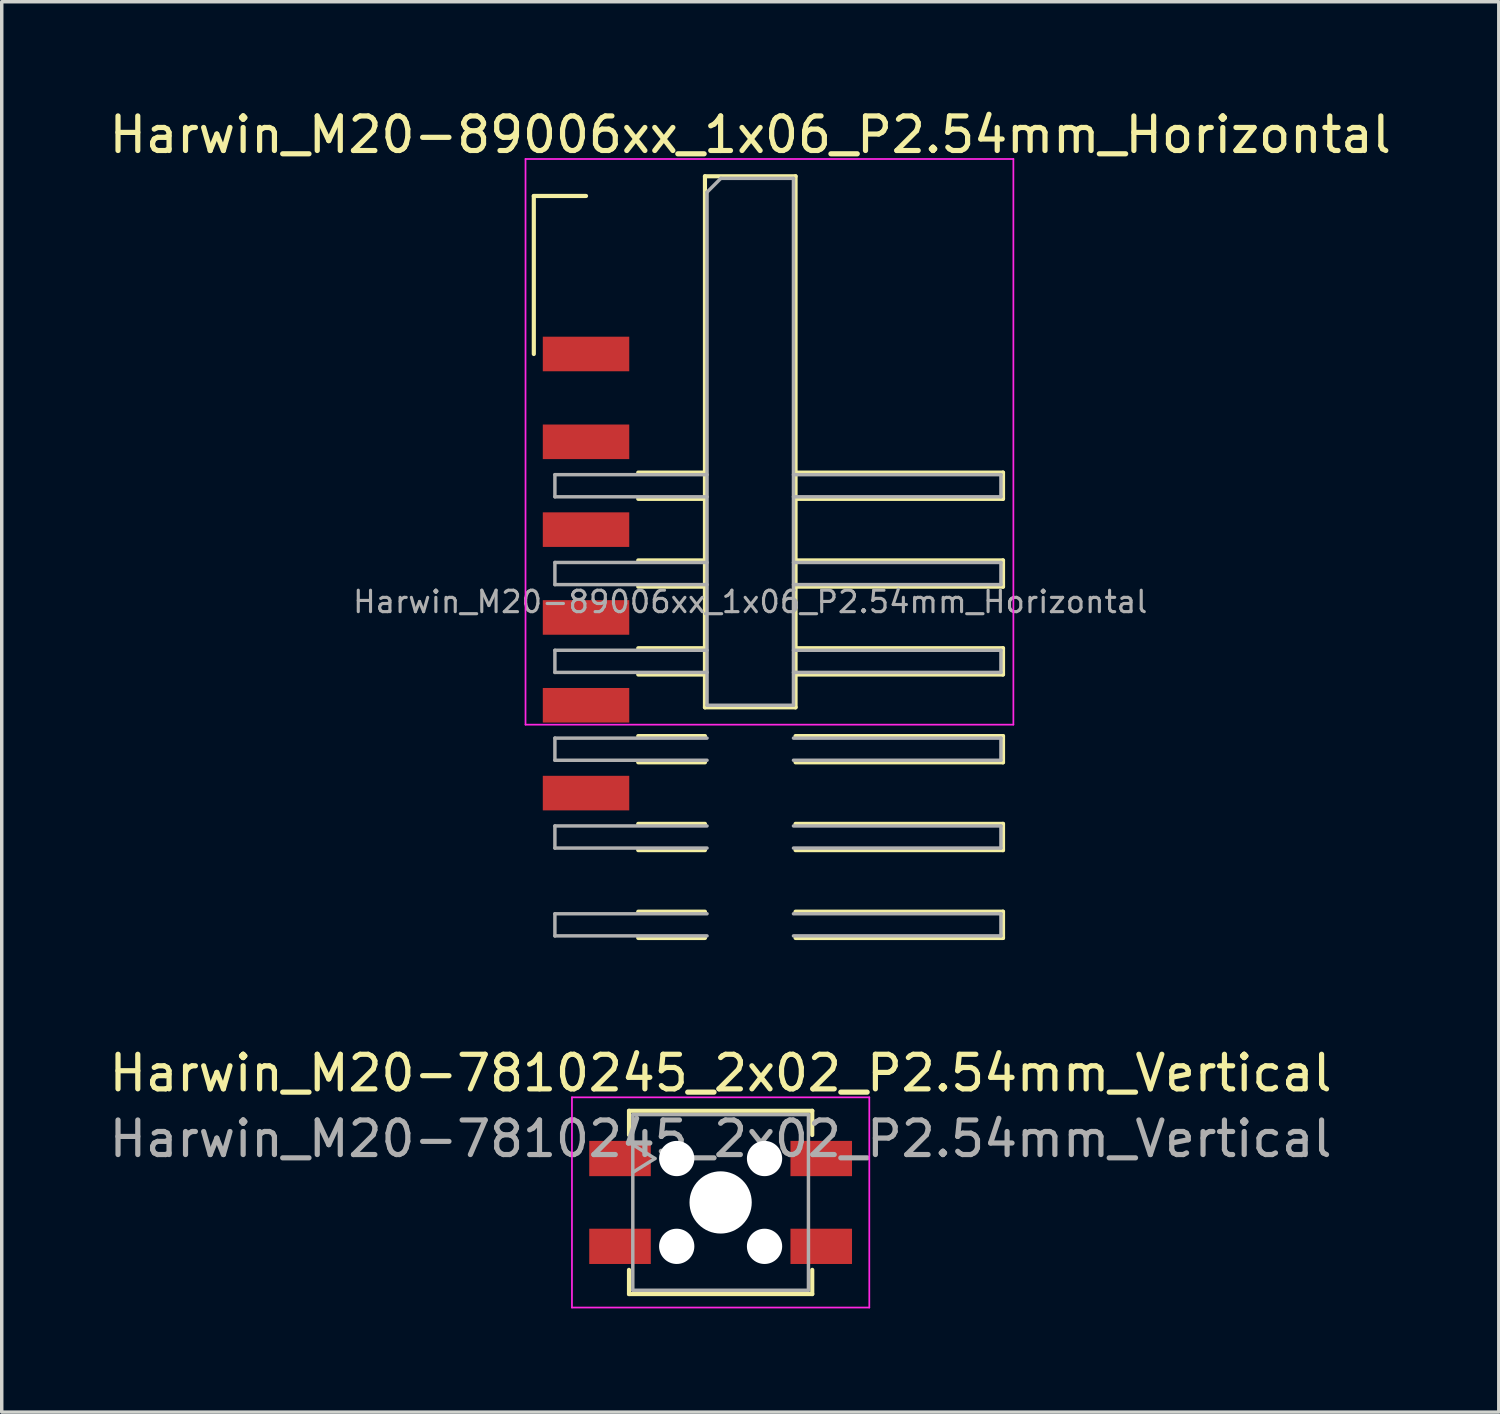
<source format=kicad_pcb>
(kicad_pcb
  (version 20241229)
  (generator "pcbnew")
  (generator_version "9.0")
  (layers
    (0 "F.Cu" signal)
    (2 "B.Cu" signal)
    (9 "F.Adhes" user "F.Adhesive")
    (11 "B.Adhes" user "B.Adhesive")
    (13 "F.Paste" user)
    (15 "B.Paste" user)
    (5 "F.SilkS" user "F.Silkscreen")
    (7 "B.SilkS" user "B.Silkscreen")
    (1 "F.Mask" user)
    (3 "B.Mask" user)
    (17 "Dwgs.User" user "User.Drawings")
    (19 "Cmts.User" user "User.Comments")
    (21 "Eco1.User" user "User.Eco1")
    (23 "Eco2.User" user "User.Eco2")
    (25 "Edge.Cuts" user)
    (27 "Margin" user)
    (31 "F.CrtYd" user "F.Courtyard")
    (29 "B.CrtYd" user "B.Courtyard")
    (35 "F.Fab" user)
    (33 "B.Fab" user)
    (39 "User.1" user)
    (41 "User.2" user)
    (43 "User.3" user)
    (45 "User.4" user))
  (footprint "Harwin_M20-7810245_2x02_P2.54mm_Vertical"
    (layer "F.Cu")
    (at 17.792 31.727)
    (property "Reference" "Harwin_M20-7810245_2x02_P2.54mm_Vertical" (at 0 -3.74 0) (layer "F.SilkS") (effects (font (size 1 1) (thickness 0.15))))
    (attr smd)
    (fp_line (start -2.65 -2.65) (end 2.65 -2.65) (stroke (width 0.12) (type solid)) (layer "F.SilkS"))
    (fp_line (start -2.65 -1.95) (end -2.65 -2.65) (stroke (width 0.12) (type solid)) (layer "F.SilkS"))
    (fp_line (start -2.65 1.95) (end -2.65 2.65) (stroke (width 0.12) (type solid)) (layer "F.SilkS"))
    (fp_line (start -2.65 2.65) (end 2.65 2.65) (stroke (width 0.12) (type solid)) (layer "F.SilkS"))
    (fp_line (start 2.65 -2.65) (end 2.65 -1.95) (stroke (width 0.12) (type solid)) (layer "F.SilkS"))
    (fp_line (start 2.65 2.65) (end 2.65 1.95) (stroke (width 0.12) (type solid)) (layer "F.SilkS"))
    (fp_line (start -4.3 -3.04) (end 4.3 -3.04) (stroke (width 0.05) (type solid)) (layer "F.CrtYd"))
    (fp_line (start -4.3 3.04) (end -4.3 -3.04) (stroke (width 0.05) (type solid)) (layer "F.CrtYd"))
    (fp_line (start 4.3 -3.04) (end 4.3 3.04) (stroke (width 0.05) (type solid)) (layer "F.CrtYd"))
    (fp_line (start 4.3 3.04) (end -4.3 3.04) (stroke (width 0.05) (type solid)) (layer "F.CrtYd"))
    (fp_line (start -2.54 -2.54) (end 2.54 -2.54) (stroke (width 0.1) (type solid)) (layer "F.Fab"))
    (fp_line (start -2.54 -1.67) (end -1.9 -1.27) (stroke (width 0.1) (type solid)) (layer "F.Fab"))
    (fp_line (start -2.54 2.54) (end -2.54 -2.54) (stroke (width 0.1) (type solid)) (layer "F.Fab"))
    (fp_line (start -1.9 -1.27) (end -2.54 -0.87) (stroke (width 0.1) (type solid)) (layer "F.Fab"))
    (fp_line (start 2.54 -2.54) (end 2.54 2.54) (stroke (width 0.1) (type solid)) (layer "F.Fab"))
    (fp_line (start 2.54 2.54) (end -2.54 2.54) (stroke (width 0.1) (type solid)) (layer "F.Fab"))
    (fp_text user "${REFERENCE}" (at 0 -1.84 0) (layer "F.Fab") (effects (font (size 1 1) (thickness 0.15))))
    (pad "" np_thru_hole circle (at -1.27 -1.27) (size 1.02 1.02) (drill 1.02) (layers "*.Cu" "*.Mask"))
    (pad "" np_thru_hole circle (at -1.27 1.27) (size 1.02 1.02) (drill 1.02) (layers "*.Cu" "*.Mask"))
    (pad "" np_thru_hole circle (at 0 0) (size 1.8 1.8) (drill 1.8) (layers "*.Cu" "*.Mask"))
    (pad "" np_thru_hole circle (at 1.27 -1.27) (size 1.02 1.02) (drill 1.02) (layers "*.Cu" "*.Mask"))
    (pad "" np_thru_hole circle (at 1.27 1.27) (size 1.02 1.02) (drill 1.02) (layers "*.Cu" "*.Mask"))
    (pad "1" smd rect (at -2.91 -1.27) (size 1.78 1.02) (layers "F.Cu" "F.Mask" "F.Paste"))
    (pad "2" smd rect (at -2.91 1.27) (size 1.78 1.02) (layers "F.Cu" "F.Mask" "F.Paste"))
    (pad "3" smd rect (at 2.91 -1.27) (size 1.78 1.02) (layers "F.Cu" "F.Mask" "F.Paste"))
    (pad "4" smd rect (at 2.91 1.27) (size 1.78 1.02) (layers "F.Cu" "F.Mask" "F.Paste")))
  (footprint "Harwin_M20-89006xx_1x06_P2.54mm_Horizontal"
    (layer "F.Cu")
    (at 13.899 7.188)
    (property "Reference" "Harwin_M20-89006xx_1x06_P2.54mm_Horizontal" (at 4.75 -6.34 0) (layer "F.SilkS") (effects (font (size 1 1) (thickness 0.15))))
    (attr smd)
    (fp_line (start -1.51 -4.57) (end 0 -4.57) (stroke (width 0.12) (type solid)) (layer "F.SilkS"))
    (fp_line (start -1.51 0) (end -1.51 -4.57) (stroke (width 0.12) (type solid)) (layer "F.SilkS"))
    (fp_line (start 1.51 3.43) (end 3.44 3.43) (stroke (width 0.12) (type solid)) (layer "F.SilkS"))
    (fp_line (start 1.51 4.19) (end 3.44 4.19) (stroke (width 0.12) (type solid)) (layer "F.SilkS"))
    (fp_line (start 1.51 5.97) (end 3.44 5.97) (stroke (width 0.12) (type solid)) (layer "F.SilkS"))
    (fp_line (start 1.51 6.73) (end 3.44 6.73) (stroke (width 0.12) (type solid)) (layer "F.SilkS"))
    (fp_line (start 1.51 8.51) (end 3.44 8.51) (stroke (width 0.12) (type solid)) (layer "F.SilkS"))
    (fp_line (start 1.51 9.27) (end 3.44 9.27) (stroke (width 0.12) (type solid)) (layer "F.SilkS"))
    (fp_line (start 1.51 11.05) (end 3.44 11.05) (stroke (width 0.12) (type solid)) (layer "F.SilkS"))
    (fp_line (start 1.51 11.81) (end 3.44 11.81) (stroke (width 0.12) (type solid)) (layer "F.SilkS"))
    (fp_line (start 1.51 13.59) (end 3.44 13.59) (stroke (width 0.12) (type solid)) (layer "F.SilkS"))
    (fp_line (start 1.51 14.35) (end 3.44 14.35) (stroke (width 0.12) (type solid)) (layer "F.SilkS"))
    (fp_line (start 1.51 16.13) (end 3.44 16.13) (stroke (width 0.12) (type solid)) (layer "F.SilkS"))
    (fp_line (start 1.51 16.89) (end 3.44 16.89) (stroke (width 0.12) (type solid)) (layer "F.SilkS"))
    (fp_line (start 3.44 -5.14) (end 6.06 -5.14) (stroke (width 0.12) (type solid)) (layer "F.SilkS"))
    (fp_line (start 3.44 10.22) (end 3.44 -5.14) (stroke (width 0.12) (type solid)) (layer "F.SilkS"))
    (fp_line (start 6.06 -5.14) (end 6.06 10.22) (stroke (width 0.12) (type solid)) (layer "F.SilkS"))
    (fp_line (start 6.06 3.43) (end 12.06 3.43) (stroke (width 0.12) (type solid)) (layer "F.SilkS"))
    (fp_line (start 6.06 5.97) (end 12.06 5.97) (stroke (width 0.12) (type solid)) (layer "F.SilkS"))
    (fp_line (start 6.06 8.51) (end 12.06 8.51) (stroke (width 0.12) (type solid)) (layer "F.SilkS"))
    (fp_line (start 6.06 10.22) (end 3.44 10.22) (stroke (width 0.12) (type solid)) (layer "F.SilkS"))
    (fp_line (start 6.06 11.05) (end 12.06 11.05) (stroke (width 0.12) (type solid)) (layer "F.SilkS"))
    (fp_line (start 6.06 13.59) (end 12.06 13.59) (stroke (width 0.12) (type solid)) (layer "F.SilkS"))
    (fp_line (start 6.06 16.13) (end 12.06 16.13) (stroke (width 0.12) (type solid)) (layer "F.SilkS"))
    (fp_line (start 12.06 3.43) (end 12.06 4.19) (stroke (width 0.12) (type solid)) (layer "F.SilkS"))
    (fp_line (start 12.06 4.19) (end 6.06 4.19) (stroke (width 0.12) (type solid)) (layer "F.SilkS"))
    (fp_line (start 12.06 5.97) (end 12.06 6.73) (stroke (width 0.12) (type solid)) (layer "F.SilkS"))
    (fp_line (start 12.06 6.73) (end 6.06 6.73) (stroke (width 0.12) (type solid)) (layer "F.SilkS"))
    (fp_line (start 12.06 8.51) (end 12.06 9.27) (stroke (width 0.12) (type solid)) (layer "F.SilkS"))
    (fp_line (start 12.06 9.27) (end 6.06 9.27) (stroke (width 0.12) (type solid)) (layer "F.SilkS"))
    (fp_line (start 12.06 11.05) (end 12.06 11.81) (stroke (width 0.12) (type solid)) (layer "F.SilkS"))
    (fp_line (start 12.06 11.81) (end 6.06 11.81) (stroke (width 0.12) (type solid)) (layer "F.SilkS"))
    (fp_line (start 12.06 13.59) (end 12.06 14.35) (stroke (width 0.12) (type solid)) (layer "F.SilkS"))
    (fp_line (start 12.06 14.35) (end 6.06 14.35) (stroke (width 0.12) (type solid)) (layer "F.SilkS"))
    (fp_line (start 12.06 16.13) (end 12.06 16.89) (stroke (width 0.12) (type solid)) (layer "F.SilkS"))
    (fp_line (start 12.06 16.89) (end 6.06 16.89) (stroke (width 0.12) (type solid)) (layer "F.SilkS"))
    (fp_line (start -1.75 -5.64) (end 12.36 -5.64) (stroke (width 0.05) (type solid)) (layer "F.CrtYd"))
    (fp_line (start -1.75 10.72) (end -1.75 -5.64) (stroke (width 0.05) (type solid)) (layer "F.CrtYd"))
    (fp_line (start 12.36 -5.64) (end 12.36 10.72) (stroke (width 0.05) (type solid)) (layer "F.CrtYd"))
    (fp_line (start 12.36 10.72) (end -1.75 10.72) (stroke (width 0.05) (type solid)) (layer "F.CrtYd"))
    (fp_line (start -0.9 3.49) (end -0.9 4.13) (stroke (width 0.1) (type solid)) (layer "F.Fab"))
    (fp_line (start -0.9 4.13) (end 3.5 4.13) (stroke (width 0.1) (type solid)) (layer "F.Fab"))
    (fp_line (start -0.9 6.03) (end -0.9 6.67) (stroke (width 0.1) (type solid)) (layer "F.Fab"))
    (fp_line (start -0.9 6.67) (end 3.5 6.67) (stroke (width 0.1) (type solid)) (layer "F.Fab"))
    (fp_line (start -0.9 8.57) (end -0.9 9.21) (stroke (width 0.1) (type solid)) (layer "F.Fab"))
    (fp_line (start -0.9 9.21) (end 3.5 9.21) (stroke (width 0.1) (type solid)) (layer "F.Fab"))
    (fp_line (start -0.9 11.11) (end -0.9 11.75) (stroke (width 0.1) (type solid)) (layer "F.Fab"))
    (fp_line (start -0.9 11.75) (end 3.5 11.75) (stroke (width 0.1) (type solid)) (layer "F.Fab"))
    (fp_line (start -0.9 13.65) (end -0.9 14.29) (stroke (width 0.1) (type solid)) (layer "F.Fab"))
    (fp_line (start -0.9 14.29) (end 3.5 14.29) (stroke (width 0.1) (type solid)) (layer "F.Fab"))
    (fp_line (start -0.9 16.19) (end -0.9 16.83) (stroke (width 0.1) (type solid)) (layer "F.Fab"))
    (fp_line (start -0.9 16.83) (end 3.5 16.83) (stroke (width 0.1) (type solid)) (layer "F.Fab"))
    (fp_line (start 3.5 -4.68) (end 3.9 -5.08) (stroke (width 0.1) (type solid)) (layer "F.Fab"))
    (fp_line (start 3.5 3.49) (end -0.9 3.49) (stroke (width 0.1) (type solid)) (layer "F.Fab"))
    (fp_line (start 3.5 6.03) (end -0.9 6.03) (stroke (width 0.1) (type solid)) (layer "F.Fab"))
    (fp_line (start 3.5 8.57) (end -0.9 8.57) (stroke (width 0.1) (type solid)) (layer "F.Fab"))
    (fp_line (start 3.5 10.16) (end 3.5 -4.68) (stroke (width 0.1) (type solid)) (layer "F.Fab"))
    (fp_line (start 3.5 11.11) (end -0.9 11.11) (stroke (width 0.1) (type solid)) (layer "F.Fab"))
    (fp_line (start 3.5 13.65) (end -0.9 13.65) (stroke (width 0.1) (type solid)) (layer "F.Fab"))
    (fp_line (start 3.5 16.19) (end -0.9 16.19) (stroke (width 0.1) (type solid)) (layer "F.Fab"))
    (fp_line (start 3.9 -5.08) (end 6 -5.08) (stroke (width 0.1) (type solid)) (layer "F.Fab"))
    (fp_line (start 6 -5.08) (end 6 10.16) (stroke (width 0.1) (type solid)) (layer "F.Fab"))
    (fp_line (start 6 3.49) (end 12 3.49) (stroke (width 0.1) (type solid)) (layer "F.Fab"))
    (fp_line (start 6 6.03) (end 12 6.03) (stroke (width 0.1) (type solid)) (layer "F.Fab"))
    (fp_line (start 6 8.57) (end 12 8.57) (stroke (width 0.1) (type solid)) (layer "F.Fab"))
    (fp_line (start 6 10.16) (end 3.5 10.16) (stroke (width 0.1) (type solid)) (layer "F.Fab"))
    (fp_line (start 6 11.11) (end 12 11.11) (stroke (width 0.1) (type solid)) (layer "F.Fab"))
    (fp_line (start 6 13.65) (end 12 13.65) (stroke (width 0.1) (type solid)) (layer "F.Fab"))
    (fp_line (start 6 16.19) (end 12 16.19) (stroke (width 0.1) (type solid)) (layer "F.Fab"))
    (fp_line (start 12 3.49) (end 12 4.13) (stroke (width 0.1) (type solid)) (layer "F.Fab"))
    (fp_line (start 12 4.13) (end 6 4.13) (stroke (width 0.1) (type solid)) (layer "F.Fab"))
    (fp_line (start 12 6.03) (end 12 6.67) (stroke (width 0.1) (type solid)) (layer "F.Fab"))
    (fp_line (start 12 6.67) (end 6 6.67) (stroke (width 0.1) (type solid)) (layer "F.Fab"))
    (fp_line (start 12 8.57) (end 12 9.21) (stroke (width 0.1) (type solid)) (layer "F.Fab"))
    (fp_line (start 12 9.21) (end 6 9.21) (stroke (width 0.1) (type solid)) (layer "F.Fab"))
    (fp_line (start 12 11.11) (end 12 11.75) (stroke (width 0.1) (type solid)) (layer "F.Fab"))
    (fp_line (start 12 11.75) (end 6 11.75) (stroke (width 0.1) (type solid)) (layer "F.Fab"))
    (fp_line (start 12 13.65) (end 12 14.29) (stroke (width 0.1) (type solid)) (layer "F.Fab"))
    (fp_line (start 12 14.29) (end 6 14.29) (stroke (width 0.1) (type solid)) (layer "F.Fab"))
    (fp_line (start 12 16.19) (end 12 16.83) (stroke (width 0.1) (type solid)) (layer "F.Fab"))
    (fp_line (start 12 16.83) (end 6 16.83) (stroke (width 0.1) (type solid)) (layer "F.Fab"))
    (fp_text user "${REFERENCE}" (at 4.75 7.17 0) (layer "F.Fab") (effects (font (size 0.62 0.62) (thickness 0.09))))
    (pad "1" smd rect (at 0 0) (size 2.5 1) (layers "F.Cu" "F.Mask" "F.Paste"))
    (pad "2" smd rect (at 0 2.54) (size 2.5 1) (layers "F.Cu" "F.Mask" "F.Paste"))
    (pad "3" smd rect (at 0 5.08) (size 2.5 1) (layers "F.Cu" "F.Mask" "F.Paste"))
    (pad "4" smd rect (at 0 7.62) (size 2.5 1) (layers "F.Cu" "F.Mask" "F.Paste"))
    (pad "5" smd rect (at 0 10.16) (size 2.5 1) (layers "F.Cu" "F.Mask" "F.Paste"))
    (pad "6" smd rect (at 0 12.7) (size 2.5 1) (layers "F.Cu" "F.Mask" "F.Paste")))
  (gr_rect
    (start -3 -3)
    (end 40.298 37.791)
    (stroke (width 0.1) (type default))
    (fill no)
    (layer "Edge.Cuts")))
</source>
